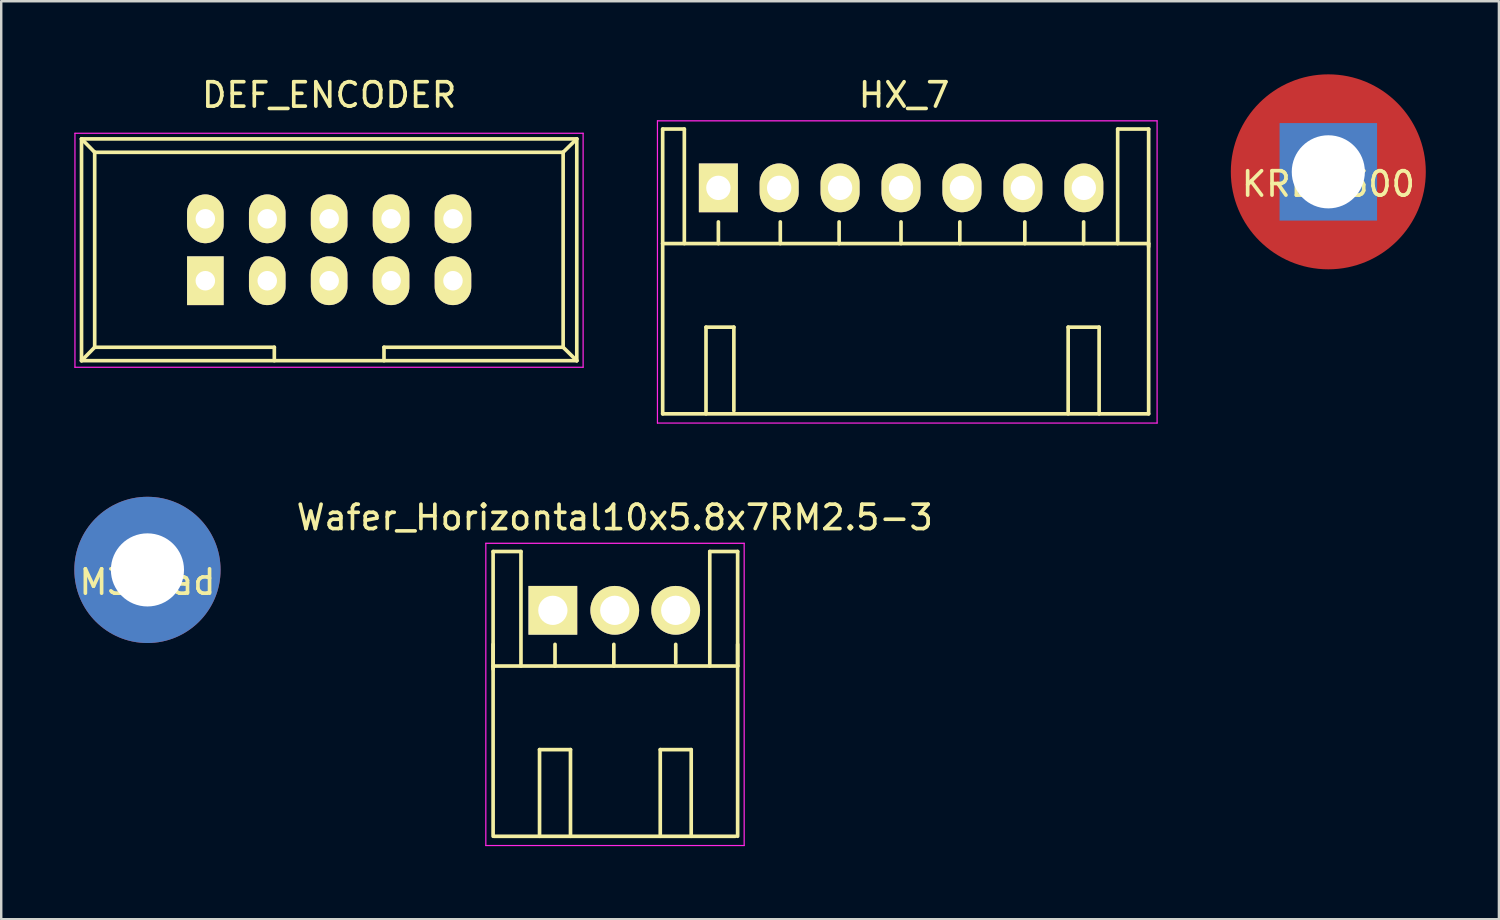
<source format=kicad_pcb>
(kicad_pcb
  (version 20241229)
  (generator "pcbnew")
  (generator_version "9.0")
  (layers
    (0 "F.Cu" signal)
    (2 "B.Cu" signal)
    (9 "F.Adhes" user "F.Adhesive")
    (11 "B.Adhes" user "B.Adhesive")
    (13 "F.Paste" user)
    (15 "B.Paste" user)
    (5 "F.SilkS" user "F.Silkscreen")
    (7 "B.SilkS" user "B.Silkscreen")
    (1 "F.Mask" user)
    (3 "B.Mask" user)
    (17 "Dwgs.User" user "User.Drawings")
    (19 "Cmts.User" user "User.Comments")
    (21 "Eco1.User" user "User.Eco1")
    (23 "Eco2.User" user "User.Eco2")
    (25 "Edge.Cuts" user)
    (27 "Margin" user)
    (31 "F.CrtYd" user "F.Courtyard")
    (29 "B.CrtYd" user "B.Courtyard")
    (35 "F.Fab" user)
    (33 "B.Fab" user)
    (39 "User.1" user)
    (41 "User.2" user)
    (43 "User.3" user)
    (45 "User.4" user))
  (footprint "HX_7"
    (layer "F.Cu")
    (at 26.425 4.658)
    (property "Reference" "HX_7" (at 7.62 -3.81 0) (layer "F.SilkS") (effects (font (size 1 1) (thickness 0.15))))
    (attr through_hole)
    (fp_line (start -2.286 -2.413) (end -1.397 -2.413) (stroke (width 0.15) (type solid)) (layer "F.SilkS"))
    (fp_line (start -2.286 2.286) (end -2.286 -2.413) (stroke (width 0.15) (type solid)) (layer "F.SilkS"))
    (fp_line (start -2.286 2.286) (end 17.653 2.286) (stroke (width 0.15) (type solid)) (layer "F.SilkS"))
    (fp_line (start -2.286 9.271) (end -2.286 2.286) (stroke (width 0.15) (type solid)) (layer "F.SilkS"))
    (fp_line (start -1.397 -2.413) (end -1.397 2.286) (stroke (width 0.15) (type solid)) (layer "F.SilkS"))
    (fp_line (start -0.508 5.715) (end 0.635 5.715) (stroke (width 0.15) (type solid)) (layer "F.SilkS"))
    (fp_line (start -0.508 9.271) (end -0.508 5.715) (stroke (width 0.15) (type solid)) (layer "F.SilkS"))
    (fp_line (start 0 2.286) (end 0 1.397) (stroke (width 0.15) (type solid)) (layer "F.SilkS"))
    (fp_line (start 0.635 5.715) (end 0.635 9.144) (stroke (width 0.15) (type solid)) (layer "F.SilkS"))
    (fp_line (start 2.54 2.286) (end 2.54 1.397) (stroke (width 0.15) (type solid)) (layer "F.SilkS"))
    (fp_line (start 4.953 2.286) (end 4.953 1.397) (stroke (width 0.15) (type solid)) (layer "F.SilkS"))
    (fp_line (start 7.493 2.286) (end 7.493 1.397) (stroke (width 0.15) (type solid)) (layer "F.SilkS"))
    (fp_line (start 9.906 2.286) (end 9.906 1.397) (stroke (width 0.15) (type solid)) (layer "F.SilkS"))
    (fp_line (start 12.573 2.286) (end 12.573 1.397) (stroke (width 0.15) (type solid)) (layer "F.SilkS"))
    (fp_line (start 14.351 5.715) (end 15.621 5.715) (stroke (width 0.15) (type solid)) (layer "F.SilkS"))
    (fp_line (start 14.351 9.271) (end 14.351 5.715) (stroke (width 0.15) (type solid)) (layer "F.SilkS"))
    (fp_line (start 14.986 2.286) (end 14.986 1.397) (stroke (width 0.15) (type solid)) (layer "F.SilkS"))
    (fp_line (start 15.621 5.715) (end 15.621 9.271) (stroke (width 0.15) (type solid)) (layer "F.SilkS"))
    (fp_line (start 16.383 -2.413) (end 16.383 2.286) (stroke (width 0.15) (type solid)) (layer "F.SilkS"))
    (fp_line (start 17.653 -2.413) (end 16.383 -2.413) (stroke (width 0.15) (type solid)) (layer "F.SilkS"))
    (fp_line (start 17.653 2.286) (end 17.653 9.271) (stroke (width 0.15) (type solid)) (layer "F.SilkS"))
    (fp_line (start 17.653 2.413) (end 17.653 -2.413) (stroke (width 0.15) (type solid)) (layer "F.SilkS"))
    (fp_line (start 17.653 9.271) (end -2.286 9.271) (stroke (width 0.15) (type solid)) (layer "F.SilkS"))
    (fp_line (start -2.5 -2.75) (end 18 -2.75) (stroke (width 0.05) (type solid)) (layer "F.CrtYd"))
    (fp_line (start -2.5 9.65) (end -2.5 -2.75) (stroke (width 0.05) (type solid)) (layer "F.CrtYd"))
    (fp_line (start 18 -2.75) (end 18 9.65) (stroke (width 0.05) (type solid)) (layer "F.CrtYd"))
    (fp_line (start 18 9.65) (end -2.5 9.65) (stroke (width 0.05) (type solid)) (layer "F.CrtYd"))
    (pad "1" thru_hole rect (at 0 0) (size 1.6 2) (drill 1) (layers "*.Cu" "*.Mask" "F.SilkS"))
    (pad "2" thru_hole oval (at 2.493 0) (size 1.6 2) (drill 1) (layers "*.Cu" "*.Mask" "F.SilkS"))
    (pad "3" thru_hole oval (at 4.993 0) (size 1.6 2) (drill 1) (layers "*.Cu" "*.Mask" "F.SilkS"))
    (pad "4" thru_hole oval (at 7.493 0) (size 1.6 2) (drill 1) (layers "*.Cu" "*.Mask" "F.SilkS"))
    (pad "5" thru_hole oval (at 9.993 0) (size 1.6 2) (drill 1) (layers "*.Cu" "*.Mask" "F.SilkS"))
    (pad "6" thru_hole oval (at 12.493 0) (size 1.6 2) (drill 1) (layers "*.Cu" "*.Mask" "F.SilkS"))
    (pad "7" thru_hole oval (at 14.993 0) (size 1.6 2) (drill 1) (layers "*.Cu" "*.Mask" "F.SilkS")))
  (footprint "M3_pad"
    (layer "F.Cu")
    (at 3 20.333)
    (property "Reference" "M3_pad" (at 0 0.5 0) (layer "F.SilkS") (effects (font (size 1 1) (thickness 0.15))))
    (attr through_hole)
    (pad "1" thru_hole circle (at 0 0) (size 6 6) (drill 3) (layers "*.Cu" "*.Mask")))
  (footprint "Wafer_Horizontal10x5.8x7RM2.5-3"
    (layer "F.Cu")
    (at 19.633 21.991)
    (property "Reference" "Wafer_Horizontal10x5.8x7RM2.5-3" (at 2.54 -3.81 0) (layer "F.SilkS") (effects (font (size 1 1) (thickness 0.15))))
    (attr through_hole)
    (fp_line (start -2.451 -2.413) (end -1.308 -2.413) (stroke (width 0.15) (type solid)) (layer "F.SilkS"))
    (fp_line (start -2.451 2.286) (end -2.451 1.397) (stroke (width 0.15) (type solid)) (layer "F.SilkS"))
    (fp_line (start -2.451 2.413) (end -2.451 -2.413) (stroke (width 0.15) (type solid)) (layer "F.SilkS"))
    (fp_line (start -2.451 9.271) (end -2.451 2.286) (stroke (width 0.15) (type solid)) (layer "F.SilkS"))
    (fp_line (start -2.413 2.286) (end 7.493 2.286) (stroke (width 0.15) (type solid)) (layer "F.SilkS"))
    (fp_line (start -2.413 9.271) (end 7.493 9.271) (stroke (width 0.15) (type solid)) (layer "F.SilkS"))
    (fp_line (start -1.308 -2.413) (end -1.308 2.286) (stroke (width 0.15) (type solid)) (layer "F.SilkS"))
    (fp_line (start -0.546 5.715) (end 0.724 5.715) (stroke (width 0.15) (type solid)) (layer "F.SilkS"))
    (fp_line (start -0.546 9.271) (end -0.546 5.715) (stroke (width 0.15) (type solid)) (layer "F.SilkS"))
    (fp_line (start 0.089 1.397) (end 0.089 2.286) (stroke (width 0.15) (type solid)) (layer "F.SilkS"))
    (fp_line (start 0.724 5.715) (end 0.724 9.271) (stroke (width 0.15) (type solid)) (layer "F.SilkS"))
    (fp_line (start 2.502 2.286) (end 2.502 1.397) (stroke (width 0.15) (type solid)) (layer "F.SilkS"))
    (fp_line (start 4.407 5.715) (end 5.677 5.715) (stroke (width 0.15) (type solid)) (layer "F.SilkS"))
    (fp_line (start 4.407 9.271) (end 4.407 5.715) (stroke (width 0.15) (type solid)) (layer "F.SilkS"))
    (fp_line (start 5.042 2.159) (end 5.042 1.397) (stroke (width 0.15) (type solid)) (layer "F.SilkS"))
    (fp_line (start 5.677 5.715) (end 5.677 9.271) (stroke (width 0.15) (type solid)) (layer "F.SilkS"))
    (fp_line (start 6.439 -2.413) (end 6.439 2.286) (stroke (width 0.15) (type solid)) (layer "F.SilkS"))
    (fp_line (start 7.582 -2.413) (end 6.439 -2.413) (stroke (width 0.15) (type solid)) (layer "F.SilkS"))
    (fp_line (start 7.582 2.286) (end 7.582 -2.413) (stroke (width 0.15) (type solid)) (layer "F.SilkS"))
    (fp_line (start 7.582 2.286) (end 7.582 1.397) (stroke (width 0.15) (type solid)) (layer "F.SilkS"))
    (fp_line (start 7.582 2.286) (end 7.582 9.271) (stroke (width 0.15) (type solid)) (layer "F.SilkS"))
    (fp_line (start -2.75 -2.75) (end 7.85 -2.75) (stroke (width 0.05) (type solid)) (layer "F.CrtYd"))
    (fp_line (start -2.75 9.65) (end -2.75 -2.75) (stroke (width 0.05) (type solid)) (layer "F.CrtYd"))
    (fp_line (start 7.85 -2.75) (end 7.85 9.65) (stroke (width 0.05) (type solid)) (layer "F.CrtYd"))
    (fp_line (start 7.85 9.65) (end -2.75 9.65) (stroke (width 0.05) (type solid)) (layer "F.CrtYd"))
    (pad "1" thru_hole rect (at 0 0) (size 2 2) (drill 1.2) (layers "*.Cu" "*.Mask" "F.SilkS"))
    (pad "2" thru_hole circle (at 2.54 0) (size 2 2) (drill 1.2) (layers "*.Cu" "*.Mask" "F.SilkS"))
    (pad "3" thru_hole circle (at 5.04 0) (size 2 2) (drill 1.2) (layers "*.Cu" "*.Mask" "F.SilkS")))
  (footprint "DEF_ENCODER"
    (layer "F.Cu")
    (at 5.375 8.468)
    (property "Reference" "DEF_ENCODER" (at 5.08 -7.62 0) (layer "F.SilkS") (effects (font (size 1 1) (thickness 0.15))))
    (attr through_hole)
    (fp_line (start -5.08 -5.82) (end -5.08 3.28) (stroke (width 0.15) (type solid)) (layer "F.SilkS"))
    (fp_line (start -5.08 -5.82) (end -4.54 -5.27) (stroke (width 0.15) (type solid)) (layer "F.SilkS"))
    (fp_line (start -5.08 -5.82) (end 15.24 -5.82) (stroke (width 0.15) (type solid)) (layer "F.SilkS"))
    (fp_line (start -5.08 3.28) (end -4.54 2.73) (stroke (width 0.15) (type solid)) (layer "F.SilkS"))
    (fp_line (start -5.08 3.28) (end 15.24 3.28) (stroke (width 0.15) (type solid)) (layer "F.SilkS"))
    (fp_line (start -4.54 -5.27) (end -4.54 2.73) (stroke (width 0.15) (type solid)) (layer "F.SilkS"))
    (fp_line (start -4.54 -5.27) (end 14.68 -5.27) (stroke (width 0.15) (type solid)) (layer "F.SilkS"))
    (fp_line (start -4.54 2.73) (end 2.83 2.73) (stroke (width 0.15) (type solid)) (layer "F.SilkS"))
    (fp_line (start 2.83 2.73) (end 2.83 3.28) (stroke (width 0.15) (type solid)) (layer "F.SilkS"))
    (fp_line (start 7.33 2.73) (end 7.33 3.28) (stroke (width 0.15) (type solid)) (layer "F.SilkS"))
    (fp_line (start 7.33 2.73) (end 14.68 2.73) (stroke (width 0.15) (type solid)) (layer "F.SilkS"))
    (fp_line (start 14.68 -5.27) (end 14.68 2.73) (stroke (width 0.15) (type solid)) (layer "F.SilkS"))
    (fp_line (start 15.24 -5.82) (end 14.68 -5.27) (stroke (width 0.15) (type solid)) (layer "F.SilkS"))
    (fp_line (start 15.24 -5.82) (end 15.24 3.28) (stroke (width 0.15) (type solid)) (layer "F.SilkS"))
    (fp_line (start 15.24 3.28) (end 14.68 2.73) (stroke (width 0.15) (type solid)) (layer "F.SilkS"))
    (fp_line (start -5.35 -6.05) (end 15.5 -6.05) (stroke (width 0.05) (type solid)) (layer "F.CrtYd"))
    (fp_line (start -5.35 3.55) (end -5.35 -6.05) (stroke (width 0.05) (type solid)) (layer "F.CrtYd"))
    (fp_line (start 15.5 -6.05) (end 15.5 3.55) (stroke (width 0.05) (type solid)) (layer "F.CrtYd"))
    (fp_line (start 15.5 3.55) (end -5.35 3.55) (stroke (width 0.05) (type solid)) (layer "F.CrtYd"))
    (pad "1" thru_hole rect (at 0 0) (size 1.5 2) (drill 0.8) (layers "*.Cu" "*.Mask" "F.SilkS"))
    (pad "2" thru_hole oval (at 0 -2.54) (size 1.5 2) (drill 0.8) (layers "*.Cu" "*.Mask" "F.SilkS"))
    (pad "3" thru_hole oval (at 2.54 0) (size 1.5 2) (drill 0.8) (layers "*.Cu" "*.Mask" "F.SilkS"))
    (pad "4" thru_hole oval (at 2.54 -2.54) (size 1.5 2) (drill 0.8) (layers "*.Cu" "*.Mask" "F.SilkS"))
    (pad "5" thru_hole oval (at 5.08 0) (size 1.5 2) (drill 0.8) (layers "*.Cu" "*.Mask" "F.SilkS"))
    (pad "6" thru_hole oval (at 5.08 -2.54) (size 1.5 2) (drill 0.8) (layers "*.Cu" "*.Mask" "F.SilkS"))
    (pad "7" thru_hole oval (at 7.62 0) (size 1.5 2) (drill 0.8) (layers "*.Cu" "*.Mask" "F.SilkS"))
    (pad "8" thru_hole oval (at 7.62 -2.54) (size 1.5 2) (drill 0.8) (layers "*.Cu" "*.Mask" "F.SilkS"))
    (pad "9" thru_hole oval (at 10.16 0) (size 1.5 2) (drill 0.8) (layers "*.Cu" "*.Mask" "F.SilkS"))
    (pad "10" thru_hole oval (at 10.16 -2.54) (size 1.5 2) (drill 0.8) (layers "*.Cu" "*.Mask" "F.SilkS")))
  (footprint "KRB-300"
    (layer "F.Cu")
    (at 51.45 4)
    (property "Reference" "KRB-300" (at 0 0.5 0) (layer "F.SilkS") (effects (font (size 1 1) (thickness 0.15))))
    (attr through_hole)
    (pad "1" thru_hole rect (at 0 0) (size 4 4) (drill 3) (layers "*.Cu" "*.Mask"))
    (pad "1" smd circle (at 0 0) (size 8 8) (layers "F.Cu" "F.Mask" "F.Paste")))
  (gr_rect
    (start -3 -3)
    (end 58.45 34.666)
    (stroke (width 0.1) (type default))
    (fill no)
    (layer "Edge.Cuts")))
</source>
